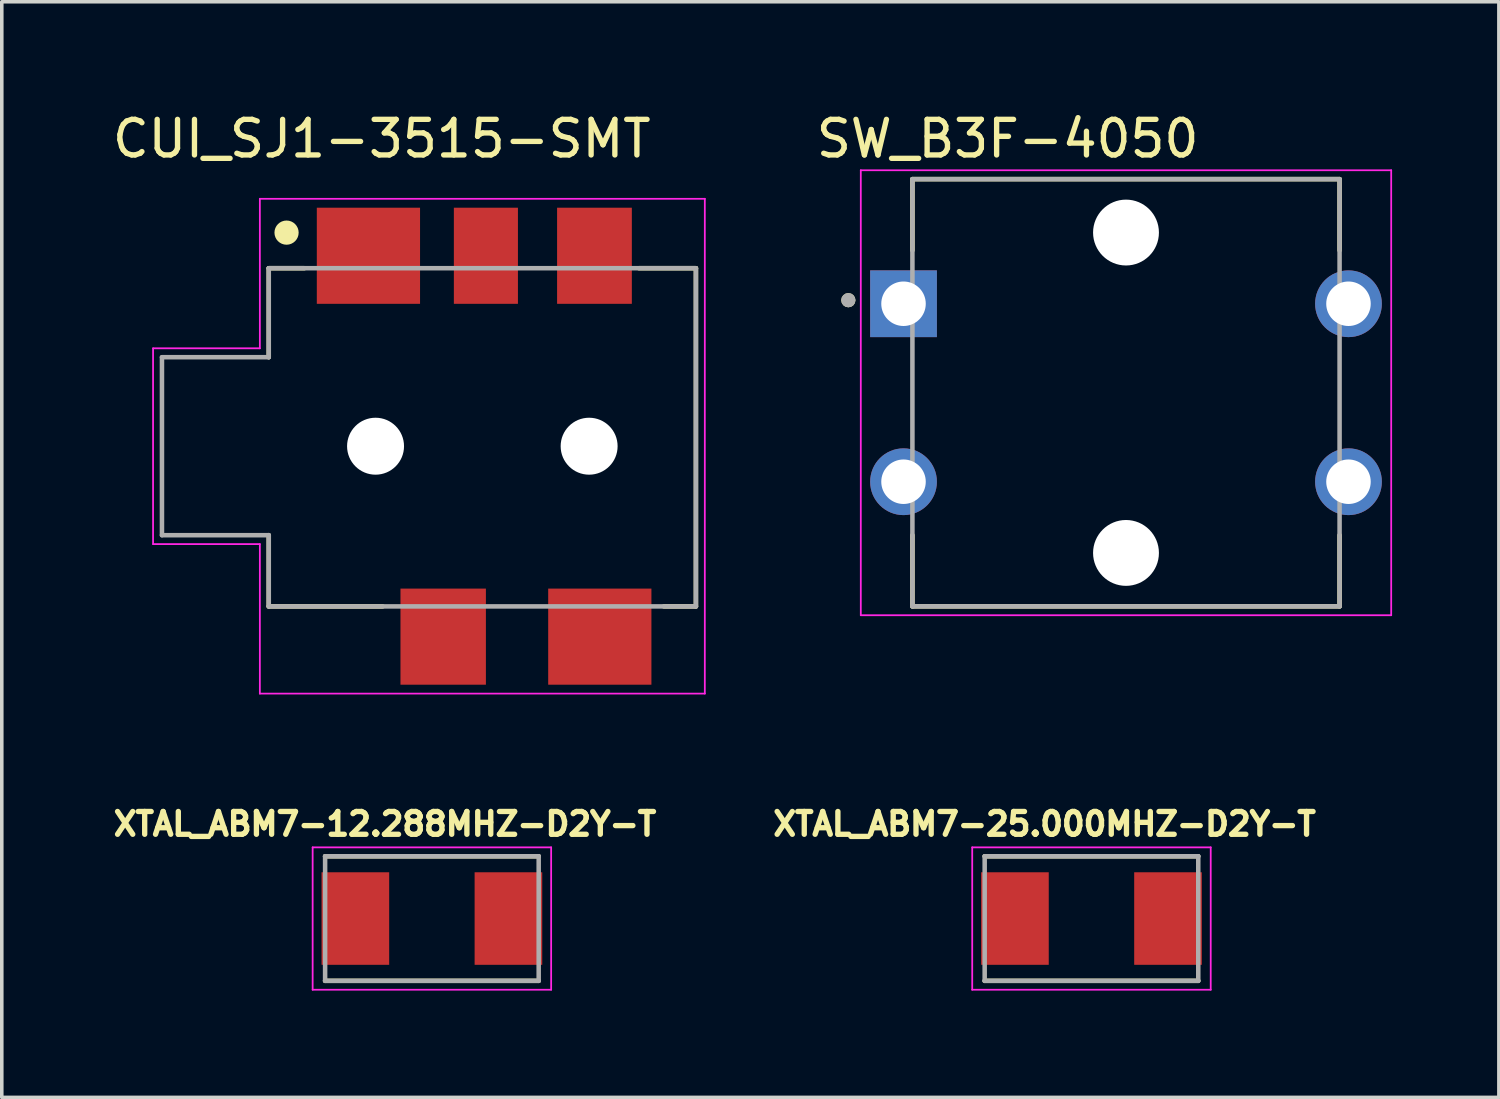
<source format=kicad_pcb>
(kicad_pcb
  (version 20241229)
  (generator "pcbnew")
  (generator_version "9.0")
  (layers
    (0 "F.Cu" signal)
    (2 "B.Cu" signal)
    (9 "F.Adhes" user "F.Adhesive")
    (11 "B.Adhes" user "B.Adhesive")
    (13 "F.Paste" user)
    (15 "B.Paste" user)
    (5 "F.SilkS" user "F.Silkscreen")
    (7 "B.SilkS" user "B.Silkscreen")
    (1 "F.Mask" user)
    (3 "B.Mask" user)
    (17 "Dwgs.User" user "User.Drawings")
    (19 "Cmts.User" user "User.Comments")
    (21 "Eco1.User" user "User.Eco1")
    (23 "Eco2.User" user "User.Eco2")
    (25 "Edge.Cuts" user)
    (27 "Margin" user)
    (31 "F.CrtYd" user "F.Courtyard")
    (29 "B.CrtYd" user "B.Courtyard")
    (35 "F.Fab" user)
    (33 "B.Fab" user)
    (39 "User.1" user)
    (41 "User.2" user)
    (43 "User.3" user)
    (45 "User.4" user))
  (footprint "XTAL_ABM7-25.000MHZ-D2Y-T"
    (layer "F.Cu")
    (at 27.612 22.754)
    (property "Reference" "XTAL_ABM7-25.000MHZ-D2Y-T" (at -1.318 -2.656 0) (layer "F.SilkS") (effects (font (size 0.64 0.64) (thickness 0.15))))
    (attr smd)
    (fp_line (start -3 -1.75) (end 3 -1.75) (stroke (width 0.127) (type solid)) (layer "F.SilkS"))
    (fp_line (start -3 1.75) (end 3 1.75) (stroke (width 0.127) (type solid)) (layer "F.SilkS"))
    (fp_line (start -3.35 -2) (end -3.35 2) (stroke (width 0.05) (type solid)) (layer "F.CrtYd"))
    (fp_line (start -3.35 2) (end 3.35 2) (stroke (width 0.05) (type solid)) (layer "F.CrtYd"))
    (fp_line (start 3.35 -2) (end -3.35 -2) (stroke (width 0.05) (type solid)) (layer "F.CrtYd"))
    (fp_line (start 3.35 2) (end 3.35 -2) (stroke (width 0.05) (type solid)) (layer "F.CrtYd"))
    (fp_line (start -3 -1.75) (end -3 1.75) (stroke (width 0.127) (type solid)) (layer "F.Fab"))
    (fp_line (start -3 -1.75) (end 3 -1.75) (stroke (width 0.127) (type solid)) (layer "F.Fab"))
    (fp_line (start -3 1.75) (end 3 1.75) (stroke (width 0.127) (type solid)) (layer "F.Fab"))
    (fp_line (start 3 -1.75) (end 3 1.75) (stroke (width 0.127) (type solid)) (layer "F.Fab"))
    (pad "1" smd rect (at -2.15 0) (size 1.9 2.6) (layers "F.Cu" "F.Mask" "F.Paste"))
    (pad "2" smd rect (at 2.15 0) (size 1.9 2.6) (layers "F.Cu" "F.Mask" "F.Paste")))
  (footprint "SW_B3F-4050"
    (layer "F.Cu")
    (at 28.582 7.983)
    (property "Reference" "SW_B3F-4050" (at -3.325 -7.135 0) (layer "F.SilkS") (effects (font (size 1 1) (thickness 0.15))))
    (attr through_hole)
    (fp_line (start -6 -6) (end 6 -6) (stroke (width 0.127) (type solid)) (layer "F.SilkS"))
    (fp_line (start -6 -4) (end -6 -6) (stroke (width 0.127) (type solid)) (layer "F.SilkS"))
    (fp_line (start -6 4) (end -6 6) (stroke (width 0.127) (type solid)) (layer "F.SilkS"))
    (fp_line (start -6 6) (end 6 6) (stroke (width 0.127) (type solid)) (layer "F.SilkS"))
    (fp_line (start 6 -6) (end 6 -4) (stroke (width 0.127) (type solid)) (layer "F.SilkS"))
    (fp_line (start 6 6) (end 6 4) (stroke (width 0.127) (type solid)) (layer "F.SilkS"))
    (fp_circle (center -7.8 -2.6) (end -7.7 -2.6) (stroke (width 0.2) (type solid)) (fill no) (layer "F.SilkS"))
    (fp_line (start -7.45 -6.25) (end -7.45 6.25) (stroke (width 0.05) (type solid)) (layer "F.CrtYd"))
    (fp_line (start -7.45 6.25) (end 7.45 6.25) (stroke (width 0.05) (type solid)) (layer "F.CrtYd"))
    (fp_line (start 7.45 -6.25) (end -7.45 -6.25) (stroke (width 0.05) (type solid)) (layer "F.CrtYd"))
    (fp_line (start 7.45 6.25) (end 7.45 -6.25) (stroke (width 0.05) (type solid)) (layer "F.CrtYd"))
    (fp_line (start -6 -6) (end -6 6) (stroke (width 0.127) (type solid)) (layer "F.Fab"))
    (fp_line (start -6 6) (end 6 6) (stroke (width 0.127) (type solid)) (layer "F.Fab"))
    (fp_line (start 6 -6) (end -6 -6) (stroke (width 0.127) (type solid)) (layer "F.Fab"))
    (fp_line (start 6 6) (end 6 -6) (stroke (width 0.127) (type solid)) (layer "F.Fab"))
    (fp_circle (center -7.8 -2.6) (end -7.7 -2.6) (stroke (width 0.2) (type solid)) (fill no) (layer "F.Fab"))
    (pad "" np_thru_hole circle (at 0 -4.5) (size 1.85 1.85) (drill 1.85) (layers "*.Cu" "*.Mask"))
    (pad "" np_thru_hole circle (at 0 4.5) (size 1.85 1.85) (drill 1.85) (layers "*.Cu" "*.Mask"))
    (pad "1" thru_hole rect (at -6.25 -2.5) (size 1.875 1.875) (drill 1.25) (layers "*.Cu" "*.Mask"))
    (pad "2" thru_hole circle (at 6.25 -2.5) (size 1.875 1.875) (drill 1.25) (layers "*.Cu" "*.Mask"))
    (pad "3" thru_hole circle (at -6.25 2.5) (size 1.875 1.875) (drill 1.25) (layers "*.Cu" "*.Mask"))
    (pad "4" thru_hole circle (at 6.25 2.5) (size 1.875 1.875) (drill 1.25) (layers "*.Cu" "*.Mask")))
  (footprint "CUI_SJ1-3515-SMT"
    (layer "F.Cu")
    (at 9 9.485)
    (property "Reference" "CUI_SJ1-3515-SMT" (at -1.325 -8.637 0) (layer "F.SilkS") (effects (font (size 1 1) (thickness 0.15))))
    (attr smd)
    (fp_line (start -4.5 -5) (end -4.5 -2.5) (stroke (width 0.127) (type solid)) (layer "F.SilkS"))
    (fp_line (start -4.5 4.5) (end -4.5 2.5) (stroke (width 0.127) (type solid)) (layer "F.SilkS"))
    (fp_line (start -3.5 -5) (end -4.5 -5) (stroke (width 0.127) (type solid)) (layer "F.SilkS"))
    (fp_line (start -1.3 4.5) (end -4.5 4.5) (stroke (width 0.127) (type solid)) (layer "F.SilkS"))
    (fp_line (start 5.9 -5) (end 7.5 -5) (stroke (width 0.127) (type solid)) (layer "F.SilkS"))
    (fp_line (start 7.5 -5) (end 7.5 4.5) (stroke (width 0.127) (type solid)) (layer "F.SilkS"))
    (fp_line (start 7.5 4.5) (end 6.6 4.5) (stroke (width 0.127) (type solid)) (layer "F.SilkS"))
    (fp_circle (center -4 -6) (end -3.83 -6) (stroke (width 0.34) (type solid)) (fill no) (layer "F.SilkS"))
    (fp_line (start -7.75 -2.75) (end -7.75 2.75) (stroke (width 0.05) (type solid)) (layer "F.CrtYd"))
    (fp_line (start -7.75 2.75) (end -4.75 2.75) (stroke (width 0.05) (type solid)) (layer "F.CrtYd"))
    (fp_line (start -4.75 -6.95) (end -4.75 -2.75) (stroke (width 0.05) (type solid)) (layer "F.CrtYd"))
    (fp_line (start -4.75 -2.75) (end -7.75 -2.75) (stroke (width 0.05) (type solid)) (layer "F.CrtYd"))
    (fp_line (start -4.75 2.75) (end -4.75 6.95) (stroke (width 0.05) (type solid)) (layer "F.CrtYd"))
    (fp_line (start -4.75 6.95) (end 7.75 6.95) (stroke (width 0.05) (type solid)) (layer "F.CrtYd"))
    (fp_line (start 7.75 -6.95) (end -4.75 -6.95) (stroke (width 0.05) (type solid)) (layer "F.CrtYd"))
    (fp_line (start 7.75 6.95) (end 7.75 -6.95) (stroke (width 0.05) (type solid)) (layer "F.CrtYd"))
    (fp_line (start -7.5 -2.5) (end -7.5 2.5) (stroke (width 0.127) (type solid)) (layer "F.Fab"))
    (fp_line (start -7.5 2.5) (end -4.5 2.5) (stroke (width 0.127) (type solid)) (layer "F.Fab"))
    (fp_line (start -4.5 -5) (end -4.5 -2.5) (stroke (width 0.127) (type solid)) (layer "F.Fab"))
    (fp_line (start -4.5 -2.5) (end -7.5 -2.5) (stroke (width 0.127) (type solid)) (layer "F.Fab"))
    (fp_line (start -4.5 2.5) (end -4.5 4.5) (stroke (width 0.127) (type solid)) (layer "F.Fab"))
    (fp_line (start -4.5 4.5) (end 7.5 4.5) (stroke (width 0.127) (type solid)) (layer "F.Fab"))
    (fp_line (start 7.5 -5) (end -4.5 -5) (stroke (width 0.127) (type solid)) (layer "F.Fab"))
    (fp_line (start 7.5 4.5) (end 7.5 -5) (stroke (width 0.127) (type solid)) (layer "F.Fab"))
    (pad "" np_thru_hole circle (at -1.5 0) (size 1.6 1.6) (drill 1.6) (layers "*.Cu" "*.Mask"))
    (pad "" np_thru_hole circle (at 4.5 0) (size 1.6 1.6) (drill 1.6) (layers "*.Cu" "*.Mask"))
    (pad "1" smd rect (at -1.7 -5.35) (size 2.9 2.7) (layers "F.Cu" "F.Mask" "F.Paste"))
    (pad "2" smd rect (at 4.8 5.35) (size 2.9 2.7) (layers "F.Cu" "F.Mask" "F.Paste"))
    (pad "3" smd rect (at 4.65 -5.35) (size 2.1 2.7) (layers "F.Cu" "F.Mask" "F.Paste"))
    (pad "10" smd rect (at 0.4 5.35) (size 2.4 2.7) (layers "F.Cu" "F.Mask" "F.Paste"))
    (pad "11" smd rect (at 1.6 -5.35) (size 1.8 2.7) (layers "F.Cu" "F.Mask" "F.Paste")))
  (footprint "XTAL_ABM7-12.288MHZ-D2Y-T"
    (layer "F.Cu")
    (at 9.083 22.754)
    (property "Reference" "XTAL_ABM7-12.288MHZ-D2Y-T" (at -1.318 -2.656 0) (layer "F.SilkS") (effects (font (size 0.64 0.64) (thickness 0.15))))
    (attr smd)
    (fp_line (start -3 -1.75) (end 3 -1.75) (stroke (width 0.127) (type solid)) (layer "F.SilkS"))
    (fp_line (start -3 1.75) (end 3 1.75) (stroke (width 0.127) (type solid)) (layer "F.SilkS"))
    (fp_line (start -3.35 -2) (end -3.35 2) (stroke (width 0.05) (type solid)) (layer "F.CrtYd"))
    (fp_line (start -3.35 2) (end 3.35 2) (stroke (width 0.05) (type solid)) (layer "F.CrtYd"))
    (fp_line (start 3.35 -2) (end -3.35 -2) (stroke (width 0.05) (type solid)) (layer "F.CrtYd"))
    (fp_line (start 3.35 2) (end 3.35 -2) (stroke (width 0.05) (type solid)) (layer "F.CrtYd"))
    (fp_line (start -3 -1.75) (end -3 1.75) (stroke (width 0.127) (type solid)) (layer "F.Fab"))
    (fp_line (start -3 -1.75) (end 3 -1.75) (stroke (width 0.127) (type solid)) (layer "F.Fab"))
    (fp_line (start -3 1.75) (end 3 1.75) (stroke (width 0.127) (type solid)) (layer "F.Fab"))
    (fp_line (start 3 -1.75) (end 3 1.75) (stroke (width 0.127) (type solid)) (layer "F.Fab"))
    (pad "1" smd rect (at -2.15 0) (size 1.9 2.6) (layers "F.Cu" "F.Mask" "F.Paste"))
    (pad "2" smd rect (at 2.15 0) (size 1.9 2.6) (layers "F.Cu" "F.Mask" "F.Paste")))
  (gr_rect
    (start -3 -3)
    (end 39.057 27.779)
    (stroke (width 0.1) (type default))
    (fill no)
    (layer "Edge.Cuts")))
</source>
